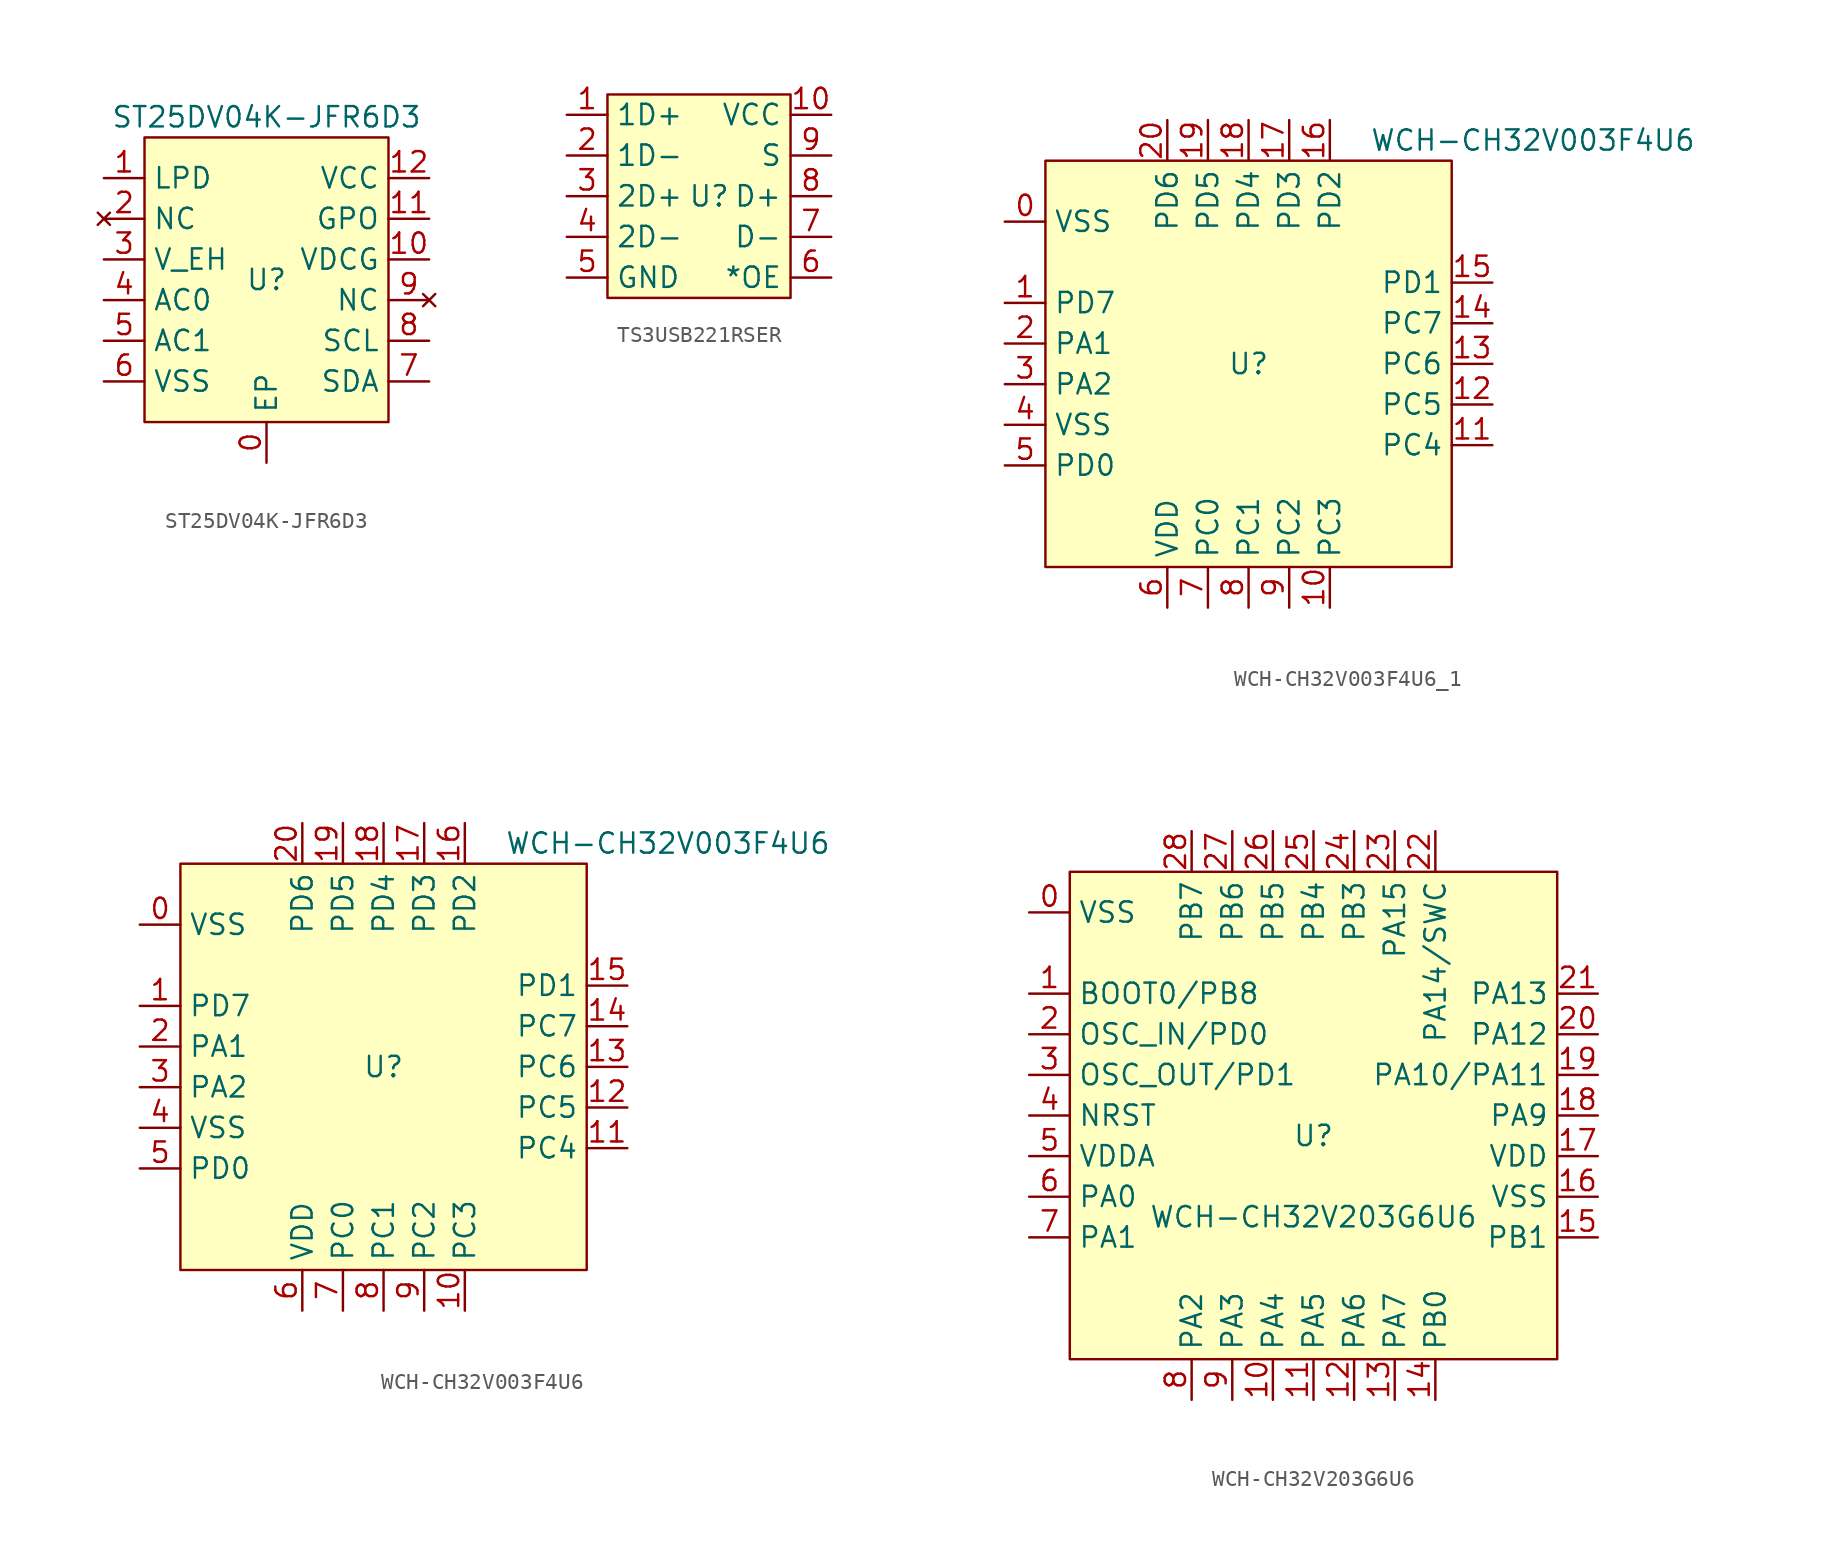
<source format=kicad_sym>
(kicad_symbol_lib
  (version 20220914)
  (generator kicad_symbol_editor)
  (symbol "ST25DV04K-JFR6D3"
    (property "Reference" "U"
      (at 0 0 0)
      (effects (font (size 1.27 1.27))))
    (property "Value" "ST25DV04K-JFR6D3"
      (at 0 10.16 0)
      (effects (font (size 1.27 1.27))))
    (symbol "ST25DV04K-JFR6D3_0_1"
      (rectangle (start -7.62 8.89) (end 7.62 -8.89) (stroke (width 0) (type default)) (fill (type background))))
    (symbol "ST25DV04K-JFR6D3_1_1"
      (pin bidirectional line (at 0 -11.43 90) (length 2.54) (name "EP" (effects (font (size 1.27 1.27)))) (number "0" (effects (font (size 1.27 1.27)))))
      (pin bidirectional line (at -10.16 6.35 0) (length 2.54) (name "LPD" (effects (font (size 1.27 1.27)))) (number "1" (effects (font (size 1.27 1.27)))))
      (pin bidirectional line (at 10.16 1.27 180) (length 2.54) (name "VDCG" (effects (font (size 1.27 1.27)))) (number "10" (effects (font (size 1.27 1.27)))))
      (pin bidirectional line (at 10.16 3.81 180) (length 2.54) (name "GPO" (effects (font (size 1.27 1.27)))) (number "11" (effects (font (size 1.27 1.27)))))
      (pin power_in line (at 10.16 6.35 180) (length 2.54) (name "VCC" (effects (font (size 1.27 1.27)))) (number "12" (effects (font (size 1.27 1.27)))))
      (pin no_connect line (at -10.16 3.81 0) (length 2.54) (name "NC" (effects (font (size 1.27 1.27)))) (number "2" (effects (font (size 1.27 1.27)))))
      (pin bidirectional line (at -10.16 1.27 0) (length 2.54) (name "V_EH" (effects (font (size 1.27 1.27)))) (number "3" (effects (font (size 1.27 1.27)))))
      (pin bidirectional line (at -10.16 -1.27 0) (length 2.54) (name "AC0" (effects (font (size 1.27 1.27)))) (number "4" (effects (font (size 1.27 1.27)))))
      (pin bidirectional line (at -10.16 -3.81 0) (length 2.54) (name "AC1" (effects (font (size 1.27 1.27)))) (number "5" (effects (font (size 1.27 1.27)))))
      (pin power_in line (at -10.16 -6.35 0) (length 2.54) (name "VSS" (effects (font (size 1.27 1.27)))) (number "6" (effects (font (size 1.27 1.27)))))
      (pin bidirectional line (at 10.16 -6.35 180) (length 2.54) (name "SDA" (effects (font (size 1.27 1.27)))) (number "7" (effects (font (size 1.27 1.27)))))
      (pin bidirectional line (at 10.16 -3.81 180) (length 2.54) (name "SCL" (effects (font (size 1.27 1.27)))) (number "8" (effects (font (size 1.27 1.27)))))
      (pin no_connect line (at 10.16 -1.27 180) (length 2.54) (name "NC" (effects (font (size 1.27 1.27)))) (number "9" (effects (font (size 1.27 1.27)))))))
  (symbol "TS3USB221RSER"
    (property "Reference" "U"
      (at 0 0 0)
      (effects (font (size 1.27 1.27))))
    (property "Value" ""
      (at 0 0 0)
      (effects (font (size 1.27 1.27))))
    (symbol "TS3USB221RSER_1_1"
      (rectangle (start -6.35 6.35) (end 5.08 -6.35) (stroke (width 0) (type default)) (fill (type background)))
      (pin output line (at -8.89 5.08 0) (length 2.54) (name "1D+" (effects (font (size 1.27 1.27)))) (number "1" (effects (font (size 1.27 1.27)))))
      (pin power_in line (at 7.62 5.08 180) (length 2.54) (name "VCC" (effects (font (size 1.27 1.27)))) (number "10" (effects (font (size 1.27 1.27)))))
      (pin output line (at -8.89 2.54 0) (length 2.54) (name "1D-" (effects (font (size 1.27 1.27)))) (number "2" (effects (font (size 1.27 1.27)))))
      (pin output line (at -8.89 0 0) (length 2.54) (name "2D+" (effects (font (size 1.27 1.27)))) (number "3" (effects (font (size 1.27 1.27)))))
      (pin output line (at -8.89 -2.54 0) (length 2.54) (name "2D-" (effects (font (size 1.27 1.27)))) (number "4" (effects (font (size 1.27 1.27)))))
      (pin power_in line (at -8.89 -5.08 0) (length 2.54) (name "GND" (effects (font (size 1.27 1.27)))) (number "5" (effects (font (size 1.27 1.27)))))
      (pin input line (at 7.62 -5.08 180) (length 2.54) (name "*OE" (effects (font (size 1.27 1.27)))) (number "6" (effects (font (size 1.27 1.27)))))
      (pin input line (at 7.62 -2.54 180) (length 2.54) (name "D-" (effects (font (size 1.27 1.27)))) (number "7" (effects (font (size 1.27 1.27)))))
      (pin input line (at 7.62 0 180) (length 2.54) (name "D+" (effects (font (size 1.27 1.27)))) (number "8" (effects (font (size 1.27 1.27)))))
      (pin input line (at 7.62 2.54 180) (length 2.54) (name "S" (effects (font (size 1.27 1.27)))) (number "9" (effects (font (size 1.27 1.27)))))))
  (symbol "WCH-CH32V003F4U6_1"
    (property "Reference" "U"
      (at 0 0 0)
      (effects (font (size 1.27 1.27))))
    (property "Value" "WCH-CH32V003F4U6"
      (at 17.78 13.97 0)
      (effects (font (size 1.27 1.27))))
    (symbol "WCH-CH32V003F4U6_1_0_1"
      (rectangle (start -12.7 12.7) (end 12.7 -12.7) (stroke (width 0) (type default)) (fill (type background))))
    (symbol "WCH-CH32V003F4U6_1_1_1"
      (pin input line (at -15.24 8.89 0) (length 2.54) (name "VSS" (effects (font (size 1.27 1.27)))) (number "0" (effects (font (size 1.27 1.27)))))
      (pin bidirectional line (at -15.24 3.81 0) (length 2.54) (name "PD7" (effects (font (size 1.27 1.27)))) (number "1" (effects (font (size 1.27 1.27)))))
      (pin bidirectional line (at 5.08 -15.24 90) (length 2.54) (name "PC3" (effects (font (size 1.27 1.27)))) (number "10" (effects (font (size 1.27 1.27)))))
      (pin bidirectional line (at 15.24 -5.08 180) (length 2.54) (name "PC4" (effects (font (size 1.27 1.27)))) (number "11" (effects (font (size 1.27 1.27)))))
      (pin bidirectional line (at 15.24 -2.54 180) (length 2.54) (name "PC5" (effects (font (size 1.27 1.27)))) (number "12" (effects (font (size 1.27 1.27)))))
      (pin bidirectional line (at 15.24 0 180) (length 2.54) (name "PC6" (effects (font (size 1.27 1.27)))) (number "13" (effects (font (size 1.27 1.27)))))
      (pin bidirectional line (at 15.24 2.54 180) (length 2.54) (name "PC7" (effects (font (size 1.27 1.27)))) (number "14" (effects (font (size 1.27 1.27)))))
      (pin bidirectional line (at 15.24 5.08 180) (length 2.54) (name "PD1" (effects (font (size 1.27 1.27)))) (number "15" (effects (font (size 1.27 1.27)))))
      (pin bidirectional line (at 5.08 15.24 270) (length 2.54) (name "PD2" (effects (font (size 1.27 1.27)))) (number "16" (effects (font (size 1.27 1.27)))))
      (pin bidirectional line (at 2.54 15.24 270) (length 2.54) (name "PD3" (effects (font (size 1.27 1.27)))) (number "17" (effects (font (size 1.27 1.27)))))
      (pin bidirectional line (at 0 15.24 270) (length 2.54) (name "PD4" (effects (font (size 1.27 1.27)))) (number "18" (effects (font (size 1.27 1.27)))))
      (pin bidirectional line (at -2.54 15.24 270) (length 2.54) (name "PD5" (effects (font (size 1.27 1.27)))) (number "19" (effects (font (size 1.27 1.27)))))
      (pin bidirectional line (at -15.24 1.27 0) (length 2.54) (name "PA1" (effects (font (size 1.27 1.27)))) (number "2" (effects (font (size 1.27 1.27)))))
      (pin bidirectional line (at -5.08 15.24 270) (length 2.54) (name "PD6" (effects (font (size 1.27 1.27)))) (number "20" (effects (font (size 1.27 1.27)))))
      (pin bidirectional line (at -15.24 -1.27 0) (length 2.54) (name "PA2" (effects (font (size 1.27 1.27)))) (number "3" (effects (font (size 1.27 1.27)))))
      (pin bidirectional line (at -15.24 -3.81 0) (length 2.54) (name "VSS" (effects (font (size 1.27 1.27)))) (number "4" (effects (font (size 1.27 1.27)))))
      (pin bidirectional line (at -15.24 -6.35 0) (length 2.54) (name "PD0" (effects (font (size 1.27 1.27)))) (number "5" (effects (font (size 1.27 1.27)))))
      (pin bidirectional line (at -5.08 -15.24 90) (length 2.54) (name "VDD" (effects (font (size 1.27 1.27)))) (number "6" (effects (font (size 1.27 1.27)))))
      (pin bidirectional line (at -2.54 -15.24 90) (length 2.54) (name "PC0" (effects (font (size 1.27 1.27)))) (number "7" (effects (font (size 1.27 1.27)))))
      (pin bidirectional line (at 0 -15.24 90) (length 2.54) (name "PC1" (effects (font (size 1.27 1.27)))) (number "8" (effects (font (size 1.27 1.27)))))
      (pin bidirectional line (at 2.54 -15.24 90) (length 2.54) (name "PC2" (effects (font (size 1.27 1.27)))) (number "9" (effects (font (size 1.27 1.27)))))))
  (symbol "WCH-CH32V003F4U6"
    (property "Reference" "U"
      (at 0 0 0)
      (effects (font (size 1.27 1.27))))
    (property "Value" "WCH-CH32V003F4U6"
      (at 17.78 13.97 0)
      (effects (font (size 1.27 1.27))))
    (symbol "WCH-CH32V003F4U6_0_1"
      (rectangle (start -12.7 12.7) (end 12.7 -12.7) (stroke (width 0) (type default)) (fill (type background))))
    (symbol "WCH-CH32V003F4U6_1_1"
      (pin input line (at -15.24 8.89 0) (length 2.54) (name "VSS" (effects (font (size 1.27 1.27)))) (number "0" (effects (font (size 1.27 1.27)))))
      (pin bidirectional line (at -15.24 3.81 0) (length 2.54) (name "PD7" (effects (font (size 1.27 1.27)))) (number "1" (effects (font (size 1.27 1.27)))))
      (pin bidirectional line (at 5.08 -15.24 90) (length 2.54) (name "PC3" (effects (font (size 1.27 1.27)))) (number "10" (effects (font (size 1.27 1.27)))))
      (pin bidirectional line (at 15.24 -5.08 180) (length 2.54) (name "PC4" (effects (font (size 1.27 1.27)))) (number "11" (effects (font (size 1.27 1.27)))))
      (pin bidirectional line (at 15.24 -2.54 180) (length 2.54) (name "PC5" (effects (font (size 1.27 1.27)))) (number "12" (effects (font (size 1.27 1.27)))))
      (pin bidirectional line (at 15.24 0 180) (length 2.54) (name "PC6" (effects (font (size 1.27 1.27)))) (number "13" (effects (font (size 1.27 1.27)))))
      (pin bidirectional line (at 15.24 2.54 180) (length 2.54) (name "PC7" (effects (font (size 1.27 1.27)))) (number "14" (effects (font (size 1.27 1.27)))))
      (pin bidirectional line (at 15.24 5.08 180) (length 2.54) (name "PD1" (effects (font (size 1.27 1.27)))) (number "15" (effects (font (size 1.27 1.27)))))
      (pin bidirectional line (at 5.08 15.24 270) (length 2.54) (name "PD2" (effects (font (size 1.27 1.27)))) (number "16" (effects (font (size 1.27 1.27)))))
      (pin bidirectional line (at 2.54 15.24 270) (length 2.54) (name "PD3" (effects (font (size 1.27 1.27)))) (number "17" (effects (font (size 1.27 1.27)))))
      (pin bidirectional line (at 0 15.24 270) (length 2.54) (name "PD4" (effects (font (size 1.27 1.27)))) (number "18" (effects (font (size 1.27 1.27)))))
      (pin bidirectional line (at -2.54 15.24 270) (length 2.54) (name "PD5" (effects (font (size 1.27 1.27)))) (number "19" (effects (font (size 1.27 1.27)))))
      (pin bidirectional line (at -15.24 1.27 0) (length 2.54) (name "PA1" (effects (font (size 1.27 1.27)))) (number "2" (effects (font (size 1.27 1.27)))))
      (pin bidirectional line (at -5.08 15.24 270) (length 2.54) (name "PD6" (effects (font (size 1.27 1.27)))) (number "20" (effects (font (size 1.27 1.27)))))
      (pin bidirectional line (at -15.24 -1.27 0) (length 2.54) (name "PA2" (effects (font (size 1.27 1.27)))) (number "3" (effects (font (size 1.27 1.27)))))
      (pin bidirectional line (at -15.24 -3.81 0) (length 2.54) (name "VSS" (effects (font (size 1.27 1.27)))) (number "4" (effects (font (size 1.27 1.27)))))
      (pin bidirectional line (at -15.24 -6.35 0) (length 2.54) (name "PD0" (effects (font (size 1.27 1.27)))) (number "5" (effects (font (size 1.27 1.27)))))
      (pin bidirectional line (at -5.08 -15.24 90) (length 2.54) (name "VDD" (effects (font (size 1.27 1.27)))) (number "6" (effects (font (size 1.27 1.27)))))
      (pin bidirectional line (at -2.54 -15.24 90) (length 2.54) (name "PC0" (effects (font (size 1.27 1.27)))) (number "7" (effects (font (size 1.27 1.27)))))
      (pin bidirectional line (at 0 -15.24 90) (length 2.54) (name "PC1" (effects (font (size 1.27 1.27)))) (number "8" (effects (font (size 1.27 1.27)))))
      (pin bidirectional line (at 2.54 -15.24 90) (length 2.54) (name "PC2" (effects (font (size 1.27 1.27)))) (number "9" (effects (font (size 1.27 1.27)))))))
  (symbol "WCH-CH32V203G6U6"
    (property "Reference" "U"
      (at 0 -1.27 0)
      (effects (font (size 1.27 1.27))))
    (property "Value" "WCH-CH32V203G6U6"
      (at 0 -6.35 0)
      (effects (font (size 1.27 1.27))))
    (symbol "WCH-CH32V203G6U6_0_1"
      (rectangle (start -15.24 15.24) (end 15.24 -15.24) (stroke (width 0) (type default)) (fill (type background))))
    (symbol "WCH-CH32V203G6U6_1_1"
      (pin input line (at -17.78 12.7 0) (length 2.54) (name "VSS" (effects (font (size 1.27 1.27)))) (number "0" (effects (font (size 1.27 1.27)))))
      (pin bidirectional line (at -17.78 7.62 0) (length 2.54) (name "BOOT0/PB8" (effects (font (size 1.27 1.27)))) (number "1" (effects (font (size 1.27 1.27)))))
      (pin bidirectional line (at -2.54 -17.78 90) (length 2.54) (name "PA4" (effects (font (size 1.27 1.27)))) (number "10" (effects (font (size 1.27 1.27)))))
      (pin bidirectional line (at 0 -17.78 90) (length 2.54) (name "PA5" (effects (font (size 1.27 1.27)))) (number "11" (effects (font (size 1.27 1.27)))))
      (pin bidirectional line (at 2.54 -17.78 90) (length 2.54) (name "PA6" (effects (font (size 1.27 1.27)))) (number "12" (effects (font (size 1.27 1.27)))))
      (pin bidirectional line (at 5.08 -17.78 90) (length 2.54) (name "PA7" (effects (font (size 1.27 1.27)))) (number "13" (effects (font (size 1.27 1.27)))))
      (pin bidirectional line (at 7.62 -17.78 90) (length 2.54) (name "PB0" (effects (font (size 1.27 1.27)))) (number "14" (effects (font (size 1.27 1.27)))))
      (pin bidirectional line (at 17.78 -7.62 180) (length 2.54) (name "PB1" (effects (font (size 1.27 1.27)))) (number "15" (effects (font (size 1.27 1.27)))))
      (pin bidirectional line (at 17.78 -5.08 180) (length 2.54) (name "VSS" (effects (font (size 1.27 1.27)))) (number "16" (effects (font (size 1.27 1.27)))))
      (pin bidirectional line (at 17.78 -2.54 180) (length 2.54) (name "VDD" (effects (font (size 1.27 1.27)))) (number "17" (effects (font (size 1.27 1.27)))))
      (pin bidirectional line (at 17.78 0 180) (length 2.54) (name "PA9" (effects (font (size 1.27 1.27)))) (number "18" (effects (font (size 1.27 1.27)))))
      (pin bidirectional line (at 17.78 2.54 180) (length 2.54) (name "PA10/PA11" (effects (font (size 1.27 1.27)))) (number "19" (effects (font (size 1.27 1.27)))))
      (pin bidirectional line (at -17.78 5.08 0) (length 2.54) (name "OSC_IN/PD0" (effects (font (size 1.27 1.27)))) (number "2" (effects (font (size 1.27 1.27)))))
      (pin bidirectional line (at 17.78 5.08 180) (length 2.54) (name "PA12" (effects (font (size 1.27 1.27)))) (number "20" (effects (font (size 1.27 1.27)))))
      (pin bidirectional line (at 17.78 7.62 180) (length 2.54) (name "PA13" (effects (font (size 1.27 1.27)))) (number "21" (effects (font (size 1.27 1.27)))))
      (pin bidirectional line (at 7.62 17.78 270) (length 2.54) (name "PA14/SWC" (effects (font (size 1.27 1.27)))) (number "22" (effects (font (size 1.27 1.27)))))
      (pin bidirectional line (at 5.08 17.78 270) (length 2.54) (name "PA15" (effects (font (size 1.27 1.27)))) (number "23" (effects (font (size 1.27 1.27)))))
      (pin bidirectional line (at 2.54 17.78 270) (length 2.54) (name "PB3" (effects (font (size 1.27 1.27)))) (number "24" (effects (font (size 1.27 1.27)))))
      (pin bidirectional line (at 0 17.78 270) (length 2.54) (name "PB4" (effects (font (size 1.27 1.27)))) (number "25" (effects (font (size 1.27 1.27)))))
      (pin bidirectional line (at -2.54 17.78 270) (length 2.54) (name "PB5" (effects (font (size 1.27 1.27)))) (number "26" (effects (font (size 1.27 1.27)))))
      (pin bidirectional line (at -5.08 17.78 270) (length 2.54) (name "PB6" (effects (font (size 1.27 1.27)))) (number "27" (effects (font (size 1.27 1.27)))))
      (pin bidirectional line (at -7.62 17.78 270) (length 2.54) (name "PB7" (effects (font (size 1.27 1.27)))) (number "28" (effects (font (size 1.27 1.27)))))
      (pin bidirectional line (at -17.78 2.54 0) (length 2.54) (name "OSC_OUT/PD1" (effects (font (size 1.27 1.27)))) (number "3" (effects (font (size 1.27 1.27)))))
      (pin bidirectional line (at -17.78 0 0) (length 2.54) (name "NRST" (effects (font (size 1.27 1.27)))) (number "4" (effects (font (size 1.27 1.27)))))
      (pin bidirectional line (at -17.78 -2.54 0) (length 2.54) (name "VDDA" (effects (font (size 1.27 1.27)))) (number "5" (effects (font (size 1.27 1.27)))))
      (pin bidirectional line (at -17.78 -5.08 0) (length 2.54) (name "PA0" (effects (font (size 1.27 1.27)))) (number "6" (effects (font (size 1.27 1.27)))))
      (pin bidirectional line (at -17.78 -7.62 0) (length 2.54) (name "PA1" (effects (font (size 1.27 1.27)))) (number "7" (effects (font (size 1.27 1.27)))))
      (pin bidirectional line (at -7.62 -17.78 90) (length 2.54) (name "PA2" (effects (font (size 1.27 1.27)))) (number "8" (effects (font (size 1.27 1.27)))))
      (pin bidirectional line (at -5.08 -17.78 90) (length 2.54) (name "PA3" (effects (font (size 1.27 1.27)))) (number "9" (effects (font (size 1.27 1.27))))))))
</source>
